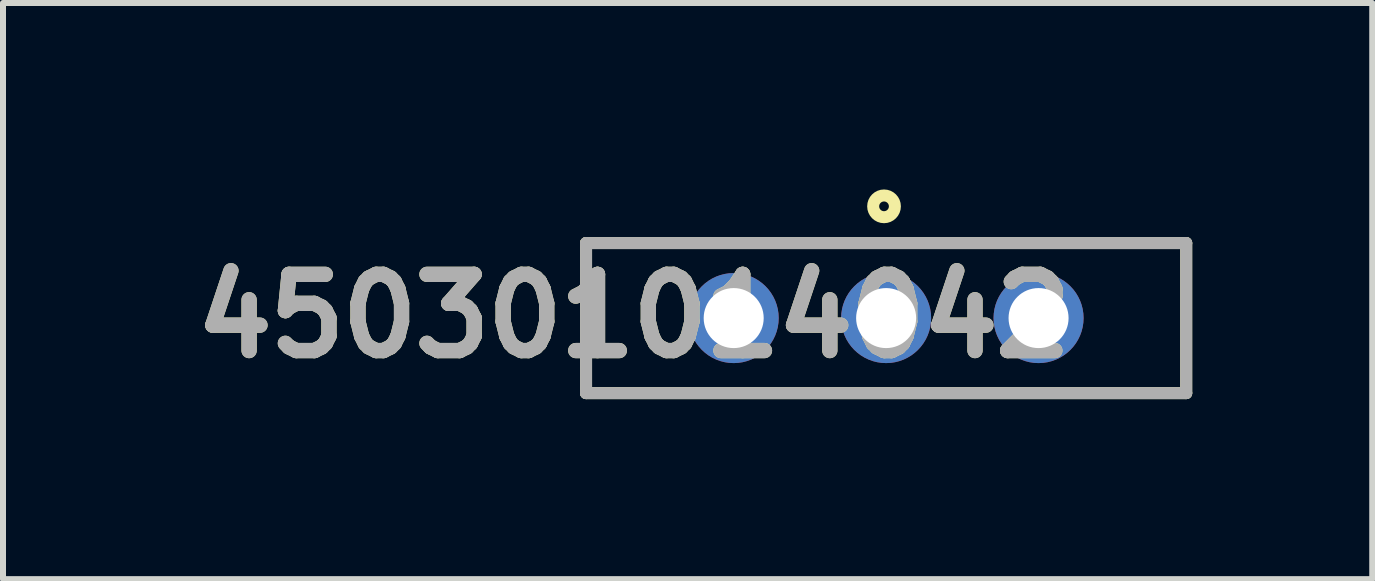
<source format=kicad_pcb>
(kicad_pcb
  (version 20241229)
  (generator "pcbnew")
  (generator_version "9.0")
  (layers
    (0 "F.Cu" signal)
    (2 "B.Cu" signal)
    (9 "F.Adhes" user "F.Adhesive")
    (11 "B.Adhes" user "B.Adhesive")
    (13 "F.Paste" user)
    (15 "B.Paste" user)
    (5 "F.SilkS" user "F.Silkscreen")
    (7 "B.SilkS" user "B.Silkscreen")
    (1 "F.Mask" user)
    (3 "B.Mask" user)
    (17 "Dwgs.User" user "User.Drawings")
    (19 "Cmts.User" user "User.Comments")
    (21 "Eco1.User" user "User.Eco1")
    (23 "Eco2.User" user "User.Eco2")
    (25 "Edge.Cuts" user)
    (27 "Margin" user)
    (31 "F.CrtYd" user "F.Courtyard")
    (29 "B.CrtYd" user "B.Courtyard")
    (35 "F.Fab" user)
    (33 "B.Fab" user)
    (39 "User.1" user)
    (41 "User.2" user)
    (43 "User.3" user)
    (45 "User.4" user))
  (footprint "450301014042"
    (layer "F.Cu")
    (at 13.715 0.25)
    (property "Reference" "450301014042" (at -6.204 1.967 0) (layer "F.SilkS") (effects (font (size 1.27 1.27) (thickness 0.254))))
    (attr through_hole)
    (fp_line (start -7 0.75) (end 3 0.75) (stroke (width 0.2) (type solid)) (layer "F.SilkS"))
    (fp_line (start -7 3.25) (end -7 0.75) (stroke (width 0.2) (type solid)) (layer "F.SilkS"))
    (fp_line (start 3 0.75) (end 3 3.25) (stroke (width 0.2) (type solid)) (layer "F.SilkS"))
    (fp_line (start 3 3.25) (end -7 3.25) (stroke (width 0.2) (type solid)) (layer "F.SilkS"))
    (fp_circle (center -2.035 0.138) (end -2.035 0.319) (stroke (width 0.2) (type solid)) (fill no) (layer "F.SilkS"))
    (fp_line (start -7 0.75) (end 3 0.75) (stroke (width 0.2) (type solid)) (layer "F.Fab"))
    (fp_line (start -7 3.25) (end -7 0.75) (stroke (width 0.2) (type solid)) (layer "F.Fab"))
    (fp_line (start 3 0.75) (end 3 3.25) (stroke (width 0.2) (type solid)) (layer "F.Fab"))
    (fp_line (start 3 3.25) (end -7 3.25) (stroke (width 0.2) (type solid)) (layer "F.Fab"))
    (fp_text user "${REFERENCE}" (at -6.204 1.967 0) (layer "F.Fab") (effects (font (size 1.27 1.27) (thickness 0.254))))
    (pad "1" thru_hole circle (at -2 2) (size 1.5 1.5) (drill 1) (layers "*.Cu" "*.Mask"))
    (pad "2" thru_hole circle (at -4.54 2) (size 1.5 1.5) (drill 1) (layers "*.Cu" "*.Mask"))
    (pad "3" thru_hole circle (at 0.54 2) (size 1.5 1.5) (drill 1) (layers "*.Cu" "*.Mask")))
  (gr_rect
    (start -3 -3)
    (end 19.815 6.6)
    (stroke (width 0.1) (type default))
    (fill no)
    (layer "Edge.Cuts")))
</source>
